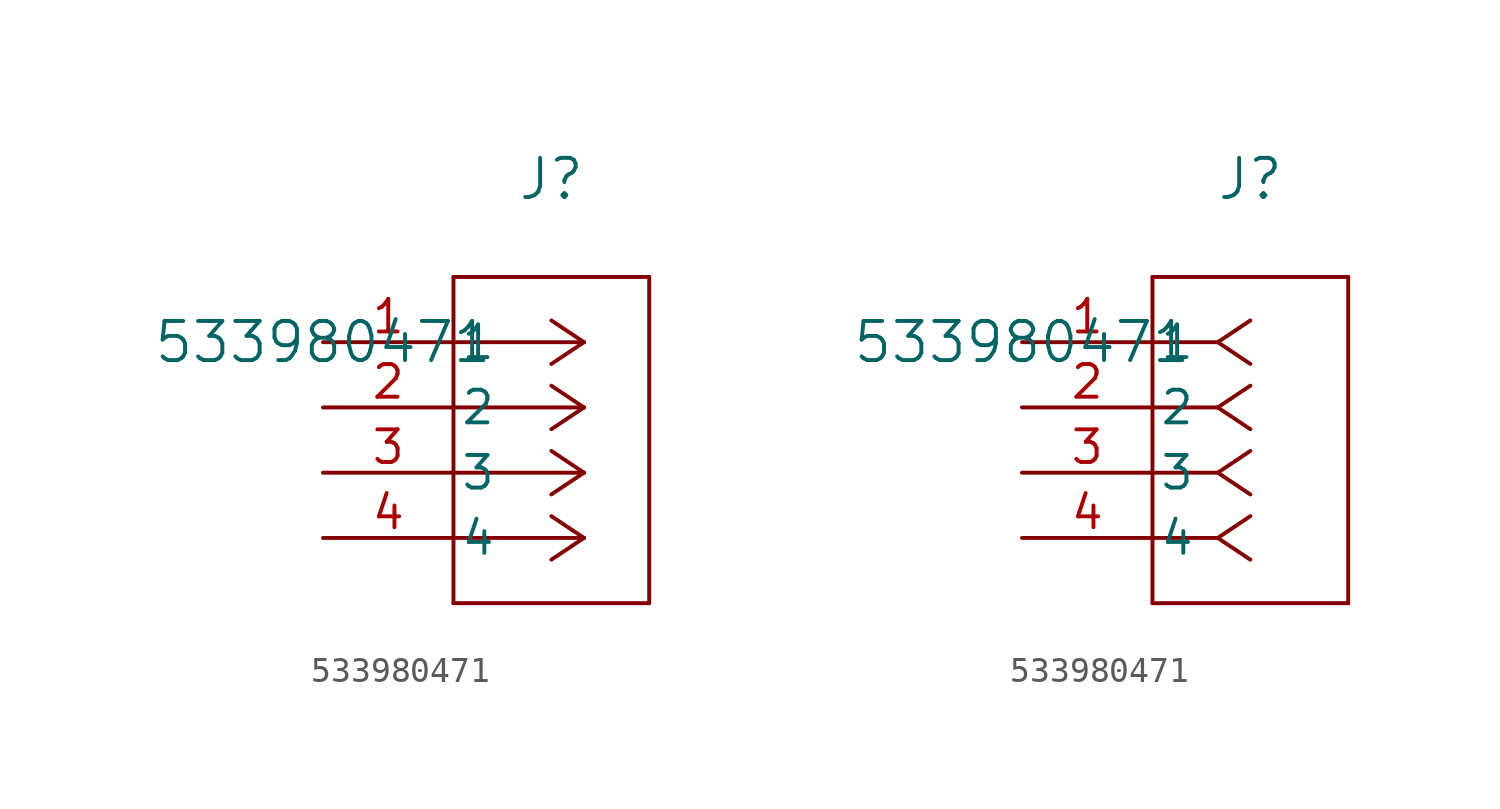
<source format=kicad_sym>
(kicad_symbol_lib
  (version 20231120)
  (generator "kicad_symbol_editor")
  (generator_version "8.0")
  (symbol "533980471"
    (pin_names
      (offset 0.254))
    (property "Reference" "J"
      (at 8.89 6.35 0)
      (effects (font (size 1.524 1.524))))
    (property "Value" "533980471"
      (at 0 0 0)
      (effects (font (size 1.524 1.524))))
    (property "ki_locked" ""
      (at 0 0 0)
      (effects (font (size 1.27 1.27))))
    (symbol "533980471_1_1"
      (polyline (pts (xy 5.08 -10.16) (xy 12.7 -10.16)) (stroke (width 0) (type default)) (fill (type none)))
      (polyline (pts (xy 5.08 2.54) (xy 5.08 -10.16)) (stroke (width 0) (type default)) (fill (type none)))
      (polyline (pts (xy 10.16 -7.62) (xy 5.08 -7.62)) (stroke (width 0) (type default)) (fill (type none)))
      (polyline (pts (xy 10.16 -7.62) (xy 8.89 -8.467)) (stroke (width 0) (type default)) (fill (type none)))
      (polyline (pts (xy 10.16 -7.62) (xy 8.89 -6.773)) (stroke (width 0) (type default)) (fill (type none)))
      (polyline (pts (xy 10.16 -5.08) (xy 5.08 -5.08)) (stroke (width 0) (type default)) (fill (type none)))
      (polyline (pts (xy 10.16 -5.08) (xy 8.89 -5.927)) (stroke (width 0) (type default)) (fill (type none)))
      (polyline (pts (xy 10.16 -5.08) (xy 8.89 -4.233)) (stroke (width 0) (type default)) (fill (type none)))
      (polyline (pts (xy 10.16 -2.54) (xy 5.08 -2.54)) (stroke (width 0) (type default)) (fill (type none)))
      (polyline (pts (xy 10.16 -2.54) (xy 8.89 -3.387)) (stroke (width 0) (type default)) (fill (type none)))
      (polyline (pts (xy 10.16 -2.54) (xy 8.89 -1.693)) (stroke (width 0) (type default)) (fill (type none)))
      (polyline (pts (xy 10.16 0) (xy 5.08 0)) (stroke (width 0) (type default)) (fill (type none)))
      (polyline (pts (xy 10.16 0) (xy 8.89 -0.847)) (stroke (width 0) (type default)) (fill (type none)))
      (polyline (pts (xy 10.16 0) (xy 8.89 0.847)) (stroke (width 0) (type default)) (fill (type none)))
      (polyline (pts (xy 12.7 -10.16) (xy 12.7 2.54)) (stroke (width 0) (type default)) (fill (type none)))
      (polyline (pts (xy 12.7 2.54) (xy 5.08 2.54)) (stroke (width 0) (type default)) (fill (type none)))
      (pin unspecified line (at 0 0 0) (length 5.08) (name "1" (effects (font (size 1.27 1.27)))) (number "1" (effects (font (size 1.27 1.27)))))
      (pin unspecified line (at 0 -2.54 0) (length 5.08) (name "2" (effects (font (size 1.27 1.27)))) (number "2" (effects (font (size 1.27 1.27)))))
      (pin unspecified line (at 0 -5.08 0) (length 5.08) (name "3" (effects (font (size 1.27 1.27)))) (number "3" (effects (font (size 1.27 1.27)))))
      (pin unspecified line (at 0 -7.62 0) (length 5.08) (name "4" (effects (font (size 1.27 1.27)))) (number "4" (effects (font (size 1.27 1.27))))))
    (symbol "533980471_1_2"
      (polyline (pts (xy 5.08 -10.16) (xy 12.7 -10.16)) (stroke (width 0) (type default)) (fill (type none)))
      (polyline (pts (xy 5.08 2.54) (xy 5.08 -10.16)) (stroke (width 0) (type default)) (fill (type none)))
      (polyline (pts (xy 7.62 -7.62) (xy 5.08 -7.62)) (stroke (width 0) (type default)) (fill (type none)))
      (polyline (pts (xy 7.62 -7.62) (xy 8.89 -8.467)) (stroke (width 0) (type default)) (fill (type none)))
      (polyline (pts (xy 7.62 -7.62) (xy 8.89 -6.773)) (stroke (width 0) (type default)) (fill (type none)))
      (polyline (pts (xy 7.62 -5.08) (xy 5.08 -5.08)) (stroke (width 0) (type default)) (fill (type none)))
      (polyline (pts (xy 7.62 -5.08) (xy 8.89 -5.927)) (stroke (width 0) (type default)) (fill (type none)))
      (polyline (pts (xy 7.62 -5.08) (xy 8.89 -4.233)) (stroke (width 0) (type default)) (fill (type none)))
      (polyline (pts (xy 7.62 -2.54) (xy 5.08 -2.54)) (stroke (width 0) (type default)) (fill (type none)))
      (polyline (pts (xy 7.62 -2.54) (xy 8.89 -3.387)) (stroke (width 0) (type default)) (fill (type none)))
      (polyline (pts (xy 7.62 -2.54) (xy 8.89 -1.693)) (stroke (width 0) (type default)) (fill (type none)))
      (polyline (pts (xy 7.62 0) (xy 5.08 0)) (stroke (width 0) (type default)) (fill (type none)))
      (polyline (pts (xy 7.62 0) (xy 8.89 -0.847)) (stroke (width 0) (type default)) (fill (type none)))
      (polyline (pts (xy 7.62 0) (xy 8.89 0.847)) (stroke (width 0) (type default)) (fill (type none)))
      (polyline (pts (xy 12.7 -10.16) (xy 12.7 2.54)) (stroke (width 0) (type default)) (fill (type none)))
      (polyline (pts (xy 12.7 2.54) (xy 5.08 2.54)) (stroke (width 0) (type default)) (fill (type none)))
      (pin unspecified line (at 0 0 0) (length 5.08) (name "1" (effects (font (size 1.27 1.27)))) (number "1" (effects (font (size 1.27 1.27)))))
      (pin unspecified line (at 0 -2.54 0) (length 5.08) (name "2" (effects (font (size 1.27 1.27)))) (number "2" (effects (font (size 1.27 1.27)))))
      (pin unspecified line (at 0 -5.08 0) (length 5.08) (name "3" (effects (font (size 1.27 1.27)))) (number "3" (effects (font (size 1.27 1.27)))))
      (pin unspecified line (at 0 -7.62 0) (length 5.08) (name "4" (effects (font (size 1.27 1.27)))) (number "4" (effects (font (size 1.27 1.27))))))))
</source>
